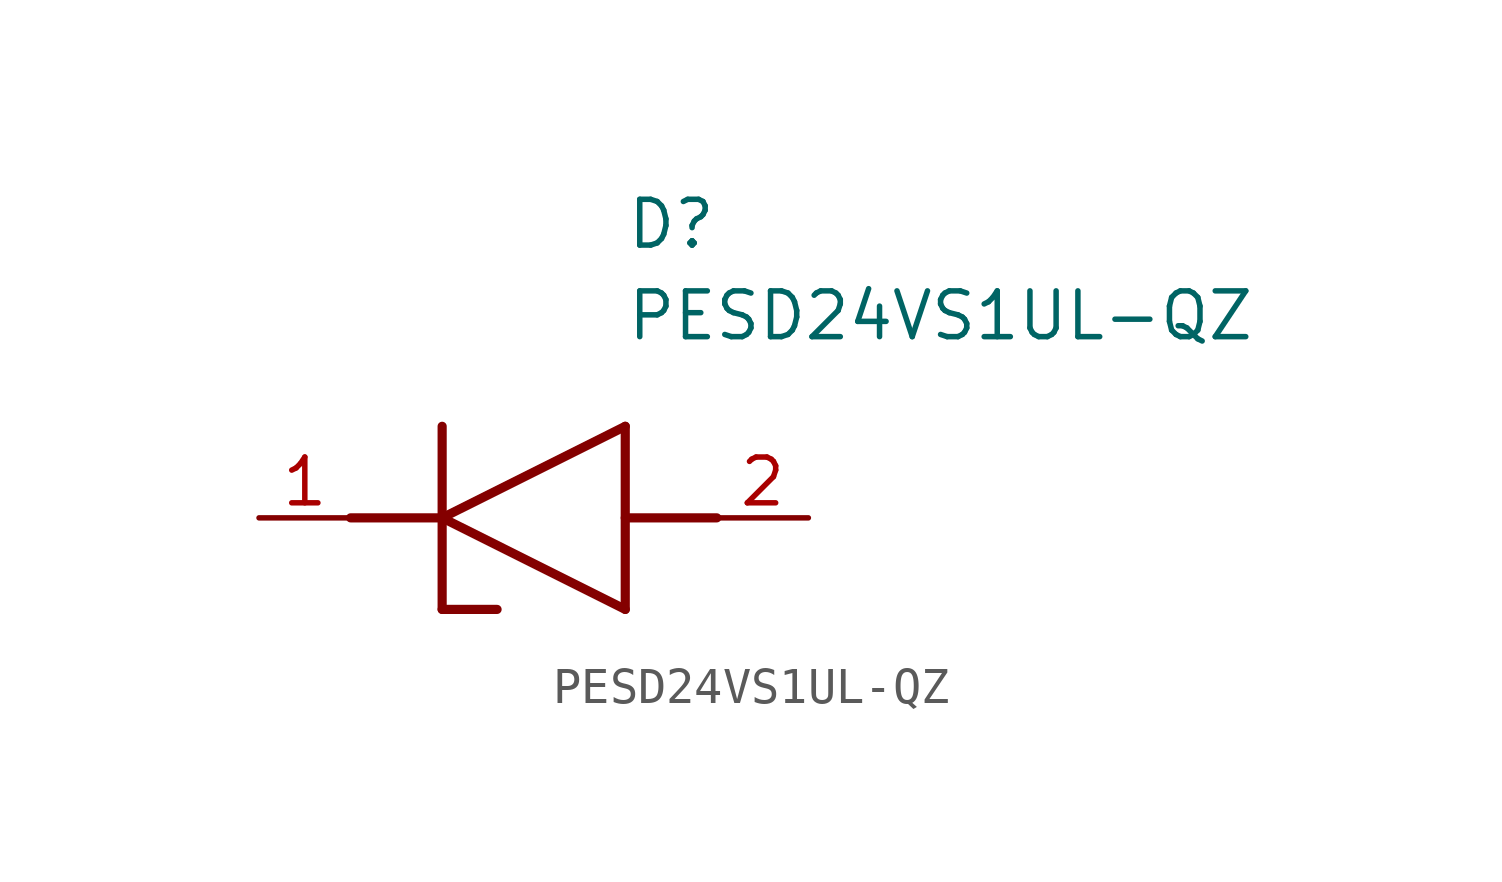
<source format=kicad_sym>
(kicad_symbol_lib
  (version 20211014)
  (generator SamacSys_ECAD_Model)
  (symbol "PESD24VS1UL-QZ"
    (pin_names hide)
    (property "Reference" "D"
      (at 10.16 8.89 0)
      (effects (font (size 1.27 1.27)) (justify left top)))
    (property "Value" "PESD24VS1UL-QZ"
      (at 10.16 6.35 0)
      (effects (font (size 1.27 1.27)) (justify left top)))
    (polyline
      (pts (xy 5.08 0) (xy 10.16 2.54))
      (stroke (width 0.254) (type default))
      (fill (type none)))
    (polyline
      (pts (xy 10.16 -2.54) (xy 10.16 2.54))
      (stroke (width 0.254) (type default))
      (fill (type none)))
    (polyline
      (pts (xy 10.16 -2.54) (xy 5.08 0))
      (stroke (width 0.254) (type default))
      (fill (type none)))
    (polyline
      (pts (xy 5.08 2.54) (xy 5.08 -2.54))
      (stroke (width 0.254) (type default))
      (fill (type none)))
    (polyline
      (pts (xy 2.54 0) (xy 5.08 0))
      (stroke (width 0.254) (type default))
      (fill (type none)))
    (polyline
      (pts (xy 12.7 0) (xy 10.16 0))
      (stroke (width 0.254) (type default))
      (fill (type none)))
    (polyline
      (pts (xy 5.08 -2.54) (xy 6.604 -2.54))
      (stroke (width 0.254) (type default))
      (fill (type none)))
    (pin passive line
      (at 0 0 0)
      (length 2.54)
      (name "K" (effects (font (size 1.27 1.27))))
      (number "1" (effects (font (size 1.27 1.27)))))
    (pin passive line
      (at 15.24 0 180)
      (length 2.54)
      (name "A" (effects (font (size 1.27 1.27))))
      (number "2" (effects (font (size 1.27 1.27)))))))
</source>
